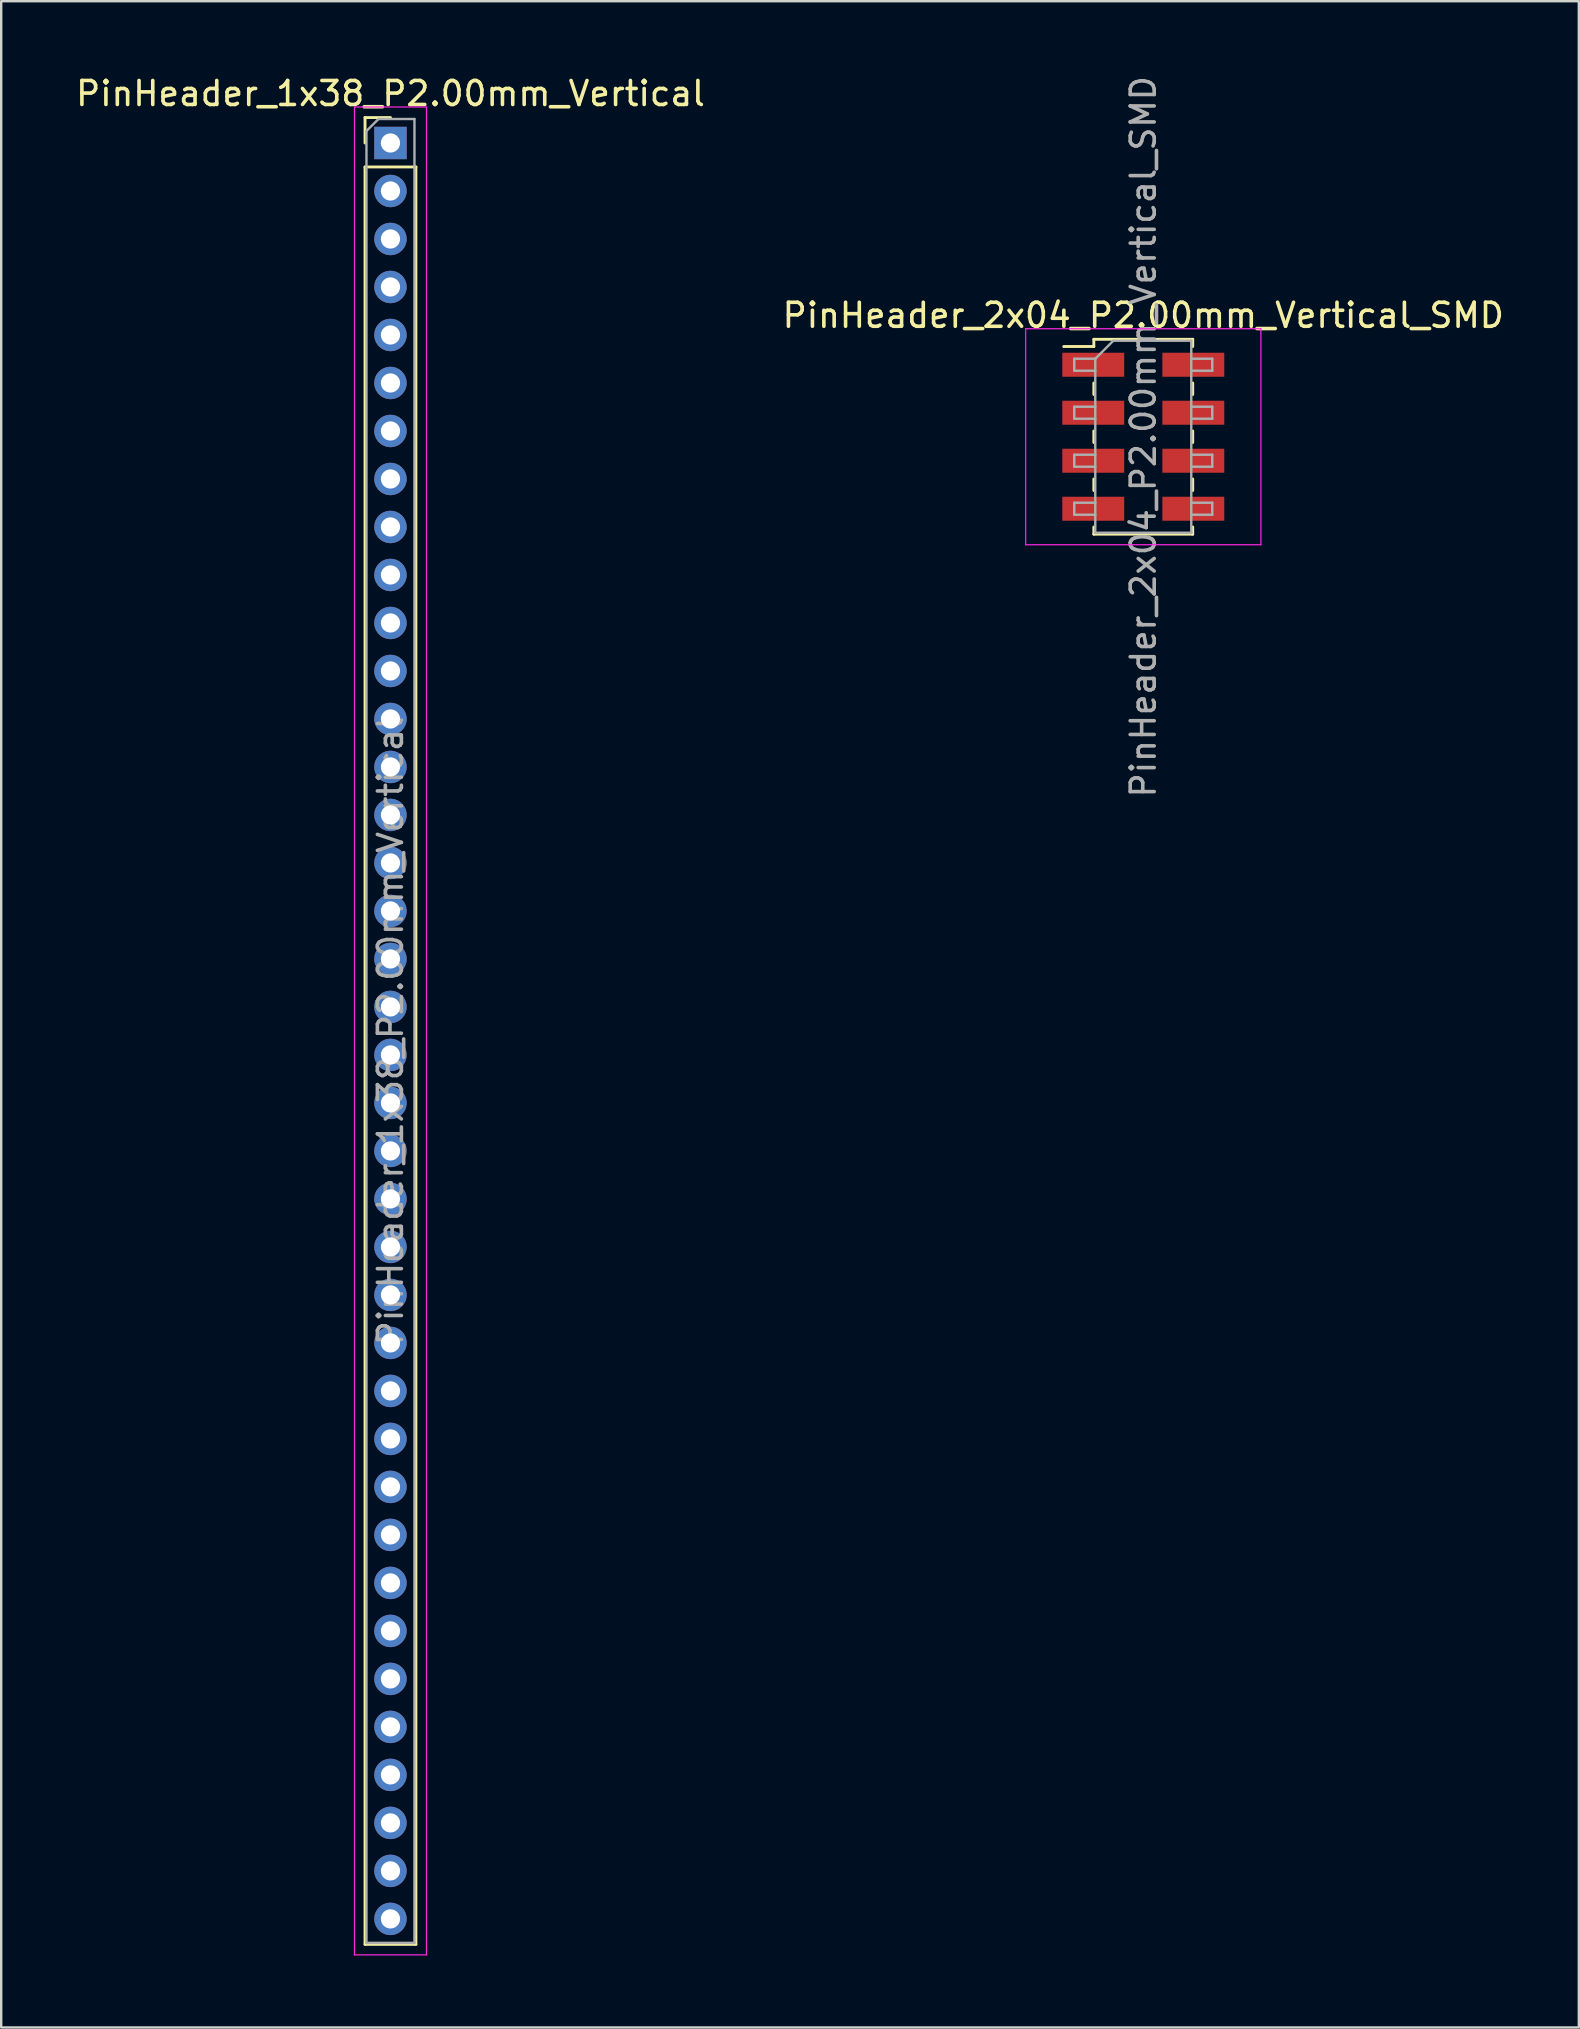
<source format=kicad_pcb>
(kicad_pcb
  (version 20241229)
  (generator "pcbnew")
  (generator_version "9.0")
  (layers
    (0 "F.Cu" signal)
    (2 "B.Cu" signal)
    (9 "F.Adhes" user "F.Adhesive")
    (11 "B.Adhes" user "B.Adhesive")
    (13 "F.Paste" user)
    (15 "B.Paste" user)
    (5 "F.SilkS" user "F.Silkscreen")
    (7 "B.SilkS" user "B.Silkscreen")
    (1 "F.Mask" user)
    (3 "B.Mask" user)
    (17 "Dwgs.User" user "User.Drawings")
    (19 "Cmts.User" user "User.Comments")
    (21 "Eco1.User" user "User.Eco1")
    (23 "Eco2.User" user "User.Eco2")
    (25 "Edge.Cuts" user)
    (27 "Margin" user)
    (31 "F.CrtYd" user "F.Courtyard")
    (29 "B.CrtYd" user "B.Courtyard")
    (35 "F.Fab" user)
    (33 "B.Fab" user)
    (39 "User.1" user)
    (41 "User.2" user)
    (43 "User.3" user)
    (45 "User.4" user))
  (footprint "PinHeader_2x04_P2.00mm_Vertical_SMD"
    (layer "F.Cu")
    (at 44.589 15.149)
    (property "Reference" "PinHeader_2x04_P2.00mm_Vertical_SMD" (at 0 -5.06 0) (layer "F.SilkS") (effects (font (size 1 1) (thickness 0.15))))
    (attr smd)
    (fp_line (start -3.315 -3.76) (end -2.06 -3.76) (stroke (width 0.12) (type solid)) (layer "F.SilkS"))
    (fp_line (start -2.06 -4.06) (end -2.06 -3.76) (stroke (width 0.12) (type solid)) (layer "F.SilkS"))
    (fp_line (start -2.06 -4.06) (end 2.06 -4.06) (stroke (width 0.12) (type solid)) (layer "F.SilkS"))
    (fp_line (start -2.06 -2.24) (end -2.06 -1.76) (stroke (width 0.12) (type solid)) (layer "F.SilkS"))
    (fp_line (start -2.06 -0.24) (end -2.06 0.24) (stroke (width 0.12) (type solid)) (layer "F.SilkS"))
    (fp_line (start -2.06 1.76) (end -2.06 2.24) (stroke (width 0.12) (type solid)) (layer "F.SilkS"))
    (fp_line (start -2.06 3.76) (end -2.06 4.06) (stroke (width 0.12) (type solid)) (layer "F.SilkS"))
    (fp_line (start -2.06 4.06) (end 2.06 4.06) (stroke (width 0.12) (type solid)) (layer "F.SilkS"))
    (fp_line (start 2.06 -4.06) (end 2.06 -3.76) (stroke (width 0.12) (type solid)) (layer "F.SilkS"))
    (fp_line (start 2.06 -2.24) (end 2.06 -1.76) (stroke (width 0.12) (type solid)) (layer "F.SilkS"))
    (fp_line (start 2.06 -0.24) (end 2.06 0.24) (stroke (width 0.12) (type solid)) (layer "F.SilkS"))
    (fp_line (start 2.06 1.76) (end 2.06 2.24) (stroke (width 0.12) (type solid)) (layer "F.SilkS"))
    (fp_line (start 2.06 3.76) (end 2.06 4.06) (stroke (width 0.12) (type solid)) (layer "F.SilkS"))
    (fp_line (start -4.9 -4.5) (end -4.9 4.5) (stroke (width 0.05) (type solid)) (layer "F.CrtYd"))
    (fp_line (start -4.9 4.5) (end 4.9 4.5) (stroke (width 0.05) (type solid)) (layer "F.CrtYd"))
    (fp_line (start 4.9 -4.5) (end -4.9 -4.5) (stroke (width 0.05) (type solid)) (layer "F.CrtYd"))
    (fp_line (start 4.9 4.5) (end 4.9 -4.5) (stroke (width 0.05) (type solid)) (layer "F.CrtYd"))
    (fp_line (start -2.875 -3.25) (end -2.875 -2.75) (stroke (width 0.1) (type solid)) (layer "F.Fab"))
    (fp_line (start -2.875 -2.75) (end -2 -2.75) (stroke (width 0.1) (type solid)) (layer "F.Fab"))
    (fp_line (start -2.875 -1.25) (end -2.875 -0.75) (stroke (width 0.1) (type solid)) (layer "F.Fab"))
    (fp_line (start -2.875 -0.75) (end -2 -0.75) (stroke (width 0.1) (type solid)) (layer "F.Fab"))
    (fp_line (start -2.875 0.75) (end -2.875 1.25) (stroke (width 0.1) (type solid)) (layer "F.Fab"))
    (fp_line (start -2.875 1.25) (end -2 1.25) (stroke (width 0.1) (type solid)) (layer "F.Fab"))
    (fp_line (start -2.875 2.75) (end -2.875 3.25) (stroke (width 0.1) (type solid)) (layer "F.Fab"))
    (fp_line (start -2.875 3.25) (end -2 3.25) (stroke (width 0.1) (type solid)) (layer "F.Fab"))
    (fp_line (start -2 -3.25) (end -2.875 -3.25) (stroke (width 0.1) (type solid)) (layer "F.Fab"))
    (fp_line (start -2 -3.25) (end -1.25 -4) (stroke (width 0.1) (type solid)) (layer "F.Fab"))
    (fp_line (start -2 -1.25) (end -2.875 -1.25) (stroke (width 0.1) (type solid)) (layer "F.Fab"))
    (fp_line (start -2 0.75) (end -2.875 0.75) (stroke (width 0.1) (type solid)) (layer "F.Fab"))
    (fp_line (start -2 2.75) (end -2.875 2.75) (stroke (width 0.1) (type solid)) (layer "F.Fab"))
    (fp_line (start -2 4) (end -2 -3.25) (stroke (width 0.1) (type solid)) (layer "F.Fab"))
    (fp_line (start -1.25 -4) (end 2 -4) (stroke (width 0.1) (type solid)) (layer "F.Fab"))
    (fp_line (start 2 -4) (end 2 4) (stroke (width 0.1) (type solid)) (layer "F.Fab"))
    (fp_line (start 2 -3.25) (end 2.875 -3.25) (stroke (width 0.1) (type solid)) (layer "F.Fab"))
    (fp_line (start 2 -1.25) (end 2.875 -1.25) (stroke (width 0.1) (type solid)) (layer "F.Fab"))
    (fp_line (start 2 0.75) (end 2.875 0.75) (stroke (width 0.1) (type solid)) (layer "F.Fab"))
    (fp_line (start 2 2.75) (end 2.875 2.75) (stroke (width 0.1) (type solid)) (layer "F.Fab"))
    (fp_line (start 2 4) (end -2 4) (stroke (width 0.1) (type solid)) (layer "F.Fab"))
    (fp_line (start 2.875 -3.25) (end 2.875 -2.75) (stroke (width 0.1) (type solid)) (layer "F.Fab"))
    (fp_line (start 2.875 -2.75) (end 2 -2.75) (stroke (width 0.1) (type solid)) (layer "F.Fab"))
    (fp_line (start 2.875 -1.25) (end 2.875 -0.75) (stroke (width 0.1) (type solid)) (layer "F.Fab"))
    (fp_line (start 2.875 -0.75) (end 2 -0.75) (stroke (width 0.1) (type solid)) (layer "F.Fab"))
    (fp_line (start 2.875 0.75) (end 2.875 1.25) (stroke (width 0.1) (type solid)) (layer "F.Fab"))
    (fp_line (start 2.875 1.25) (end 2 1.25) (stroke (width 0.1) (type solid)) (layer "F.Fab"))
    (fp_line (start 2.875 2.75) (end 2.875 3.25) (stroke (width 0.1) (type solid)) (layer "F.Fab"))
    (fp_line (start 2.875 3.25) (end 2 3.25) (stroke (width 0.1) (type solid)) (layer "F.Fab"))
    (fp_text user "${REFERENCE}" (at 0 0 90) (layer "F.Fab") (effects (font (size 1 1) (thickness 0.15))))
    (pad "1" smd rect (at -2.085 -3) (size 2.58 1) (layers "F.Cu" "F.Mask" "F.Paste"))
    (pad "2" smd rect (at 2.085 -3) (size 2.58 1) (layers "F.Cu" "F.Mask" "F.Paste"))
    (pad "3" smd rect (at -2.085 -1) (size 2.58 1) (layers "F.Cu" "F.Mask" "F.Paste"))
    (pad "4" smd rect (at 2.085 -1) (size 2.58 1) (layers "F.Cu" "F.Mask" "F.Paste"))
    (pad "5" smd rect (at -2.085 1) (size 2.58 1) (layers "F.Cu" "F.Mask" "F.Paste"))
    (pad "6" smd rect (at 2.085 1) (size 2.58 1) (layers "F.Cu" "F.Mask" "F.Paste"))
    (pad "7" smd rect (at -2.085 3) (size 2.58 1) (layers "F.Cu" "F.Mask" "F.Paste"))
    (pad "8" smd rect (at 2.085 3) (size 2.58 1) (layers "F.Cu" "F.Mask" "F.Paste")))
  (footprint "PinHeader_1x38_P2.00mm_Vertical"
    (layer "F.Cu")
    (at 13.22 2.908)
    (property "Reference" "PinHeader_1x38_P2.00mm_Vertical" (at 0 -2.06 0) (layer "F.SilkS") (effects (font (size 1 1) (thickness 0.15))))
    (attr through_hole)
    (fp_line (start -1.06 -1.06) (end 0 -1.06) (stroke (width 0.12) (type solid)) (layer "F.SilkS"))
    (fp_line (start -1.06 0) (end -1.06 -1.06) (stroke (width 0.12) (type solid)) (layer "F.SilkS"))
    (fp_line (start -1.06 1) (end -1.06 75.06) (stroke (width 0.12) (type solid)) (layer "F.SilkS"))
    (fp_line (start -1.06 1) (end 1.06 1) (stroke (width 0.12) (type solid)) (layer "F.SilkS"))
    (fp_line (start -1.06 75.06) (end 1.06 75.06) (stroke (width 0.12) (type solid)) (layer "F.SilkS"))
    (fp_line (start 1.06 1) (end 1.06 75.06) (stroke (width 0.12) (type solid)) (layer "F.SilkS"))
    (fp_line (start -1.5 -1.5) (end -1.5 75.5) (stroke (width 0.05) (type solid)) (layer "F.CrtYd"))
    (fp_line (start -1.5 75.5) (end 1.5 75.5) (stroke (width 0.05) (type solid)) (layer "F.CrtYd"))
    (fp_line (start 1.5 -1.5) (end -1.5 -1.5) (stroke (width 0.05) (type solid)) (layer "F.CrtYd"))
    (fp_line (start 1.5 75.5) (end 1.5 -1.5) (stroke (width 0.05) (type solid)) (layer "F.CrtYd"))
    (fp_line (start -1 -0.5) (end -0.5 -1) (stroke (width 0.1) (type solid)) (layer "F.Fab"))
    (fp_line (start -1 75) (end -1 -0.5) (stroke (width 0.1) (type solid)) (layer "F.Fab"))
    (fp_line (start -0.5 -1) (end 1 -1) (stroke (width 0.1) (type solid)) (layer "F.Fab"))
    (fp_line (start 1 -1) (end 1 75) (stroke (width 0.1) (type solid)) (layer "F.Fab"))
    (fp_line (start 1 75) (end -1 75) (stroke (width 0.1) (type solid)) (layer "F.Fab"))
    (fp_text user "${REFERENCE}" (at 0 37 90) (layer "F.Fab") (effects (font (size 1 1) (thickness 0.15))))
    (pad "1" thru_hole rect (at 0 0) (size 1.35 1.35) (drill 0.8) (layers "*.Cu" "*.Mask"))
    (pad "2" thru_hole oval (at 0 2) (size 1.35 1.35) (drill 0.8) (layers "*.Cu" "*.Mask"))
    (pad "3" thru_hole oval (at 0 4) (size 1.35 1.35) (drill 0.8) (layers "*.Cu" "*.Mask"))
    (pad "4" thru_hole oval (at 0 6) (size 1.35 1.35) (drill 0.8) (layers "*.Cu" "*.Mask"))
    (pad "5" thru_hole oval (at 0 8) (size 1.35 1.35) (drill 0.8) (layers "*.Cu" "*.Mask"))
    (pad "6" thru_hole oval (at 0 10) (size 1.35 1.35) (drill 0.8) (layers "*.Cu" "*.Mask"))
    (pad "7" thru_hole oval (at 0 12) (size 1.35 1.35) (drill 0.8) (layers "*.Cu" "*.Mask"))
    (pad "8" thru_hole oval (at 0 14) (size 1.35 1.35) (drill 0.8) (layers "*.Cu" "*.Mask"))
    (pad "9" thru_hole oval (at 0 16) (size 1.35 1.35) (drill 0.8) (layers "*.Cu" "*.Mask"))
    (pad "10" thru_hole oval (at 0 18) (size 1.35 1.35) (drill 0.8) (layers "*.Cu" "*.Mask"))
    (pad "11" thru_hole oval (at 0 20) (size 1.35 1.35) (drill 0.8) (layers "*.Cu" "*.Mask"))
    (pad "12" thru_hole oval (at 0 22) (size 1.35 1.35) (drill 0.8) (layers "*.Cu" "*.Mask"))
    (pad "13" thru_hole oval (at 0 24) (size 1.35 1.35) (drill 0.8) (layers "*.Cu" "*.Mask"))
    (pad "14" thru_hole oval (at 0 26) (size 1.35 1.35) (drill 0.8) (layers "*.Cu" "*.Mask"))
    (pad "15" thru_hole oval (at 0 28) (size 1.35 1.35) (drill 0.8) (layers "*.Cu" "*.Mask"))
    (pad "16" thru_hole oval (at 0 30) (size 1.35 1.35) (drill 0.8) (layers "*.Cu" "*.Mask"))
    (pad "17" thru_hole oval (at 0 32) (size 1.35 1.35) (drill 0.8) (layers "*.Cu" "*.Mask"))
    (pad "18" thru_hole oval (at 0 34) (size 1.35 1.35) (drill 0.8) (layers "*.Cu" "*.Mask"))
    (pad "19" thru_hole oval (at 0 36) (size 1.35 1.35) (drill 0.8) (layers "*.Cu" "*.Mask"))
    (pad "20" thru_hole oval (at 0 38) (size 1.35 1.35) (drill 0.8) (layers "*.Cu" "*.Mask"))
    (pad "21" thru_hole oval (at 0 40) (size 1.35 1.35) (drill 0.8) (layers "*.Cu" "*.Mask"))
    (pad "22" thru_hole oval (at 0 42) (size 1.35 1.35) (drill 0.8) (layers "*.Cu" "*.Mask"))
    (pad "23" thru_hole oval (at 0 44) (size 1.35 1.35) (drill 0.8) (layers "*.Cu" "*.Mask"))
    (pad "24" thru_hole oval (at 0 46) (size 1.35 1.35) (drill 0.8) (layers "*.Cu" "*.Mask"))
    (pad "25" thru_hole oval (at 0 48) (size 1.35 1.35) (drill 0.8) (layers "*.Cu" "*.Mask"))
    (pad "26" thru_hole oval (at 0 50) (size 1.35 1.35) (drill 0.8) (layers "*.Cu" "*.Mask"))
    (pad "27" thru_hole oval (at 0 52) (size 1.35 1.35) (drill 0.8) (layers "*.Cu" "*.Mask"))
    (pad "28" thru_hole oval (at 0 54) (size 1.35 1.35) (drill 0.8) (layers "*.Cu" "*.Mask"))
    (pad "29" thru_hole oval (at 0 56) (size 1.35 1.35) (drill 0.8) (layers "*.Cu" "*.Mask"))
    (pad "30" thru_hole oval (at 0 58) (size 1.35 1.35) (drill 0.8) (layers "*.Cu" "*.Mask"))
    (pad "31" thru_hole oval (at 0 60) (size 1.35 1.35) (drill 0.8) (layers "*.Cu" "*.Mask"))
    (pad "32" thru_hole oval (at 0 62) (size 1.35 1.35) (drill 0.8) (layers "*.Cu" "*.Mask"))
    (pad "33" thru_hole oval (at 0 64) (size 1.35 1.35) (drill 0.8) (layers "*.Cu" "*.Mask"))
    (pad "34" thru_hole oval (at 0 66) (size 1.35 1.35) (drill 0.8) (layers "*.Cu" "*.Mask"))
    (pad "35" thru_hole oval (at 0 68) (size 1.35 1.35) (drill 0.8) (layers "*.Cu" "*.Mask"))
    (pad "36" thru_hole oval (at 0 70) (size 1.35 1.35) (drill 0.8) (layers "*.Cu" "*.Mask"))
    (pad "37" thru_hole oval (at 0 72) (size 1.35 1.35) (drill 0.8) (layers "*.Cu" "*.Mask"))
    (pad "38" thru_hole oval (at 0 74) (size 1.35 1.35) (drill 0.8) (layers "*.Cu" "*.Mask")))
  (gr_rect
    (start -3 -3)
    (end 62.738 81.433)
    (stroke (width 0.1) (type default))
    (fill no)
    (layer "Edge.Cuts")))
</source>
